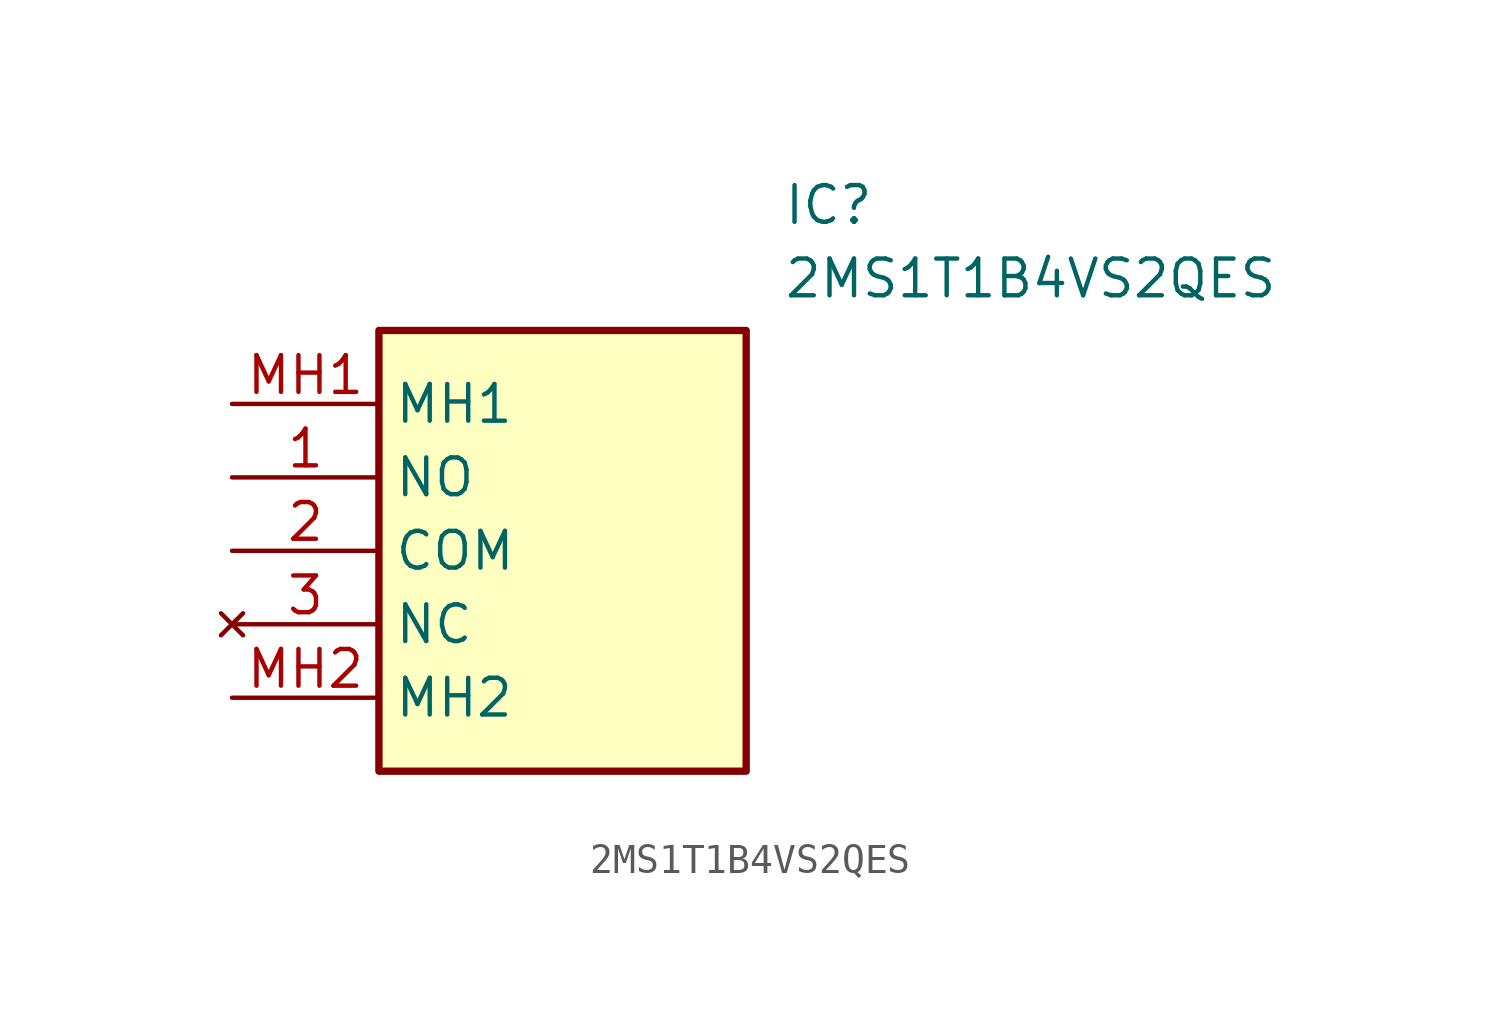
<source format=kicad_sym>
(kicad_symbol_lib
  (version 20211014)
  (generator SamacSys_ECAD_Model)
  (symbol "2MS1T1B4VS2QES"
    (property "Reference" "IC"
      (at 19.05 7.62 0)
      (effects (font (size 1.27 1.27)) (justify left top)))
    (property "Value" "2MS1T1B4VS2QES"
      (at 19.05 5.08 0)
      (effects (font (size 1.27 1.27)) (justify left top)))
    (rectangle
      (start 5.08 2.54)
      (end 17.78 -12.7)
      (stroke (width 0.254) (type default))
      (fill (type background)))
    (pin passive line
      (at 0 -2.54 0)
      (length 5.08)
      (name "NO" (effects (font (size 1.27 1.27))))
      (number "1" (effects (font (size 1.27 1.27)))))
    (pin passive line
      (at 0 -5.08 0)
      (length 5.08)
      (name "COM" (effects (font (size 1.27 1.27))))
      (number "2" (effects (font (size 1.27 1.27)))))
    (pin no_connect line
      (at 0 -7.62 0)
      (length 5.08)
      (name "NC" (effects (font (size 1.27 1.27))))
      (number "3" (effects (font (size 1.27 1.27)))))
    (pin passive line
      (at 0 0 0)
      (length 5.08)
      (name "MH1" (effects (font (size 1.27 1.27))))
      (number "MH1" (effects (font (size 1.27 1.27)))))
    (pin passive line
      (at 0 -10.16 0)
      (length 5.08)
      (name "MH2" (effects (font (size 1.27 1.27))))
      (number "MH2" (effects (font (size 1.27 1.27)))))))
</source>
